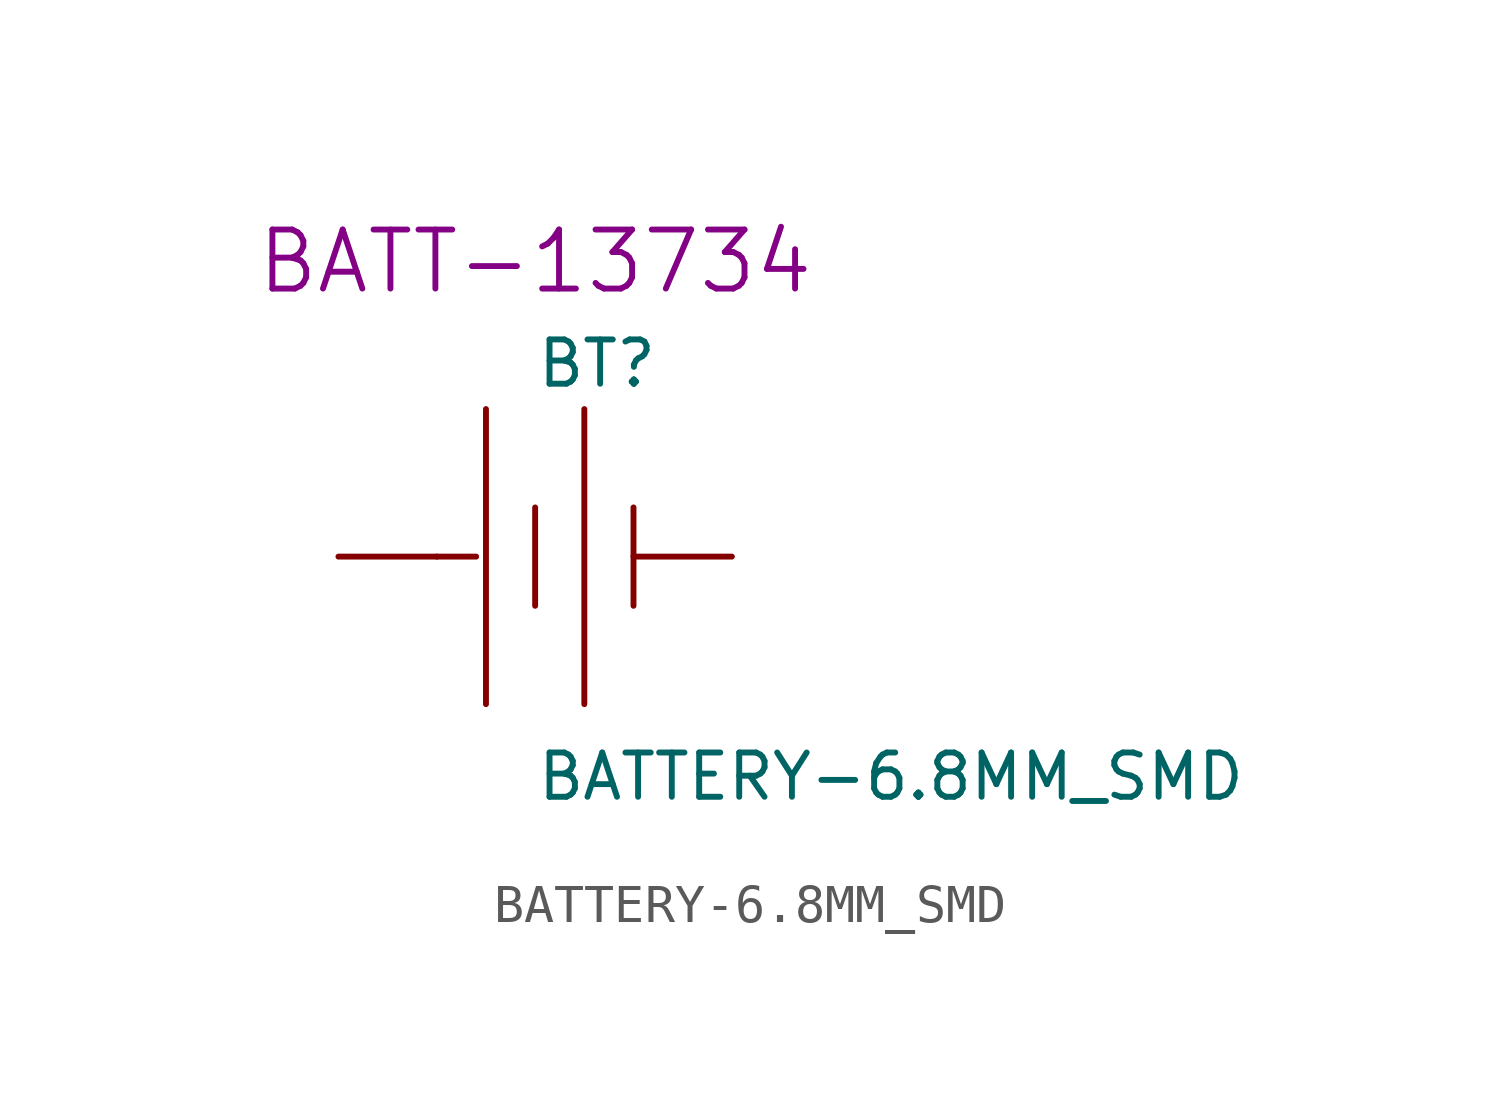
<source format=kicad_sym>
(kicad_symbol_lib
  (version 20211014)
  (generator kicad_symbol_editor)
  (symbol "BATTERY-6.8MM_SMD"
    (pin_numbers hide)
    (pin_names
      (offset 1.016) hide)
    (property "Reference" "BT"
      (at 0 4.318 0)
      (effects (font (size 1.143 1.143)) (justify left bottom)))
    (property "Value" "BATTERY-6.8MM_SMD"
      (at 0 -6.35 0)
      (effects (font (size 1.143 1.143)) (justify left bottom)))
    (property "Field4" "BATT-13734"
      (at 0 7.62 0)
      (effects (font (size 1.524 1.524))))
    (property "ki_locked" ""
      (at 0 0 0)
      (effects (font (size 1.27 1.27))))
    (symbol "BATTERY-6.8MM_SMD_1_0"
      (polyline (pts (xy -2.54 0) (xy -1.524 0)) (stroke (width 0) (type default) (color 0 0 0 0)) (fill (type none)))
      (polyline (pts (xy -1.27 3.81) (xy -1.27 -3.81)) (stroke (width 0) (type default) (color 0 0 0 0)) (fill (type none)))
      (polyline (pts (xy 0 1.27) (xy 0 -1.27)) (stroke (width 0) (type default) (color 0 0 0 0)) (fill (type none)))
      (polyline (pts (xy 1.27 3.81) (xy 1.27 -3.81)) (stroke (width 0) (type default) (color 0 0 0 0)) (fill (type none)))
      (polyline (pts (xy 2.54 1.27) (xy 2.54 -1.27)) (stroke (width 0) (type default) (color 0 0 0 0)) (fill (type none))))
    (symbol "BATTERY-6.8MM_SMD_1_1"
      (pin power_in line (at -5.08 0 0) (length 2.54) (name "+" (effects (font (size 1.016 1.016)))) (number "+" (effects (font (size 1.016 1.016)))))
      (pin power_in line (at 5.08 0 180) (length 2.54) (name "-" (effects (font (size 1.016 1.016)))) (number "-" (effects (font (size 1.016 1.016))))))))
</source>
